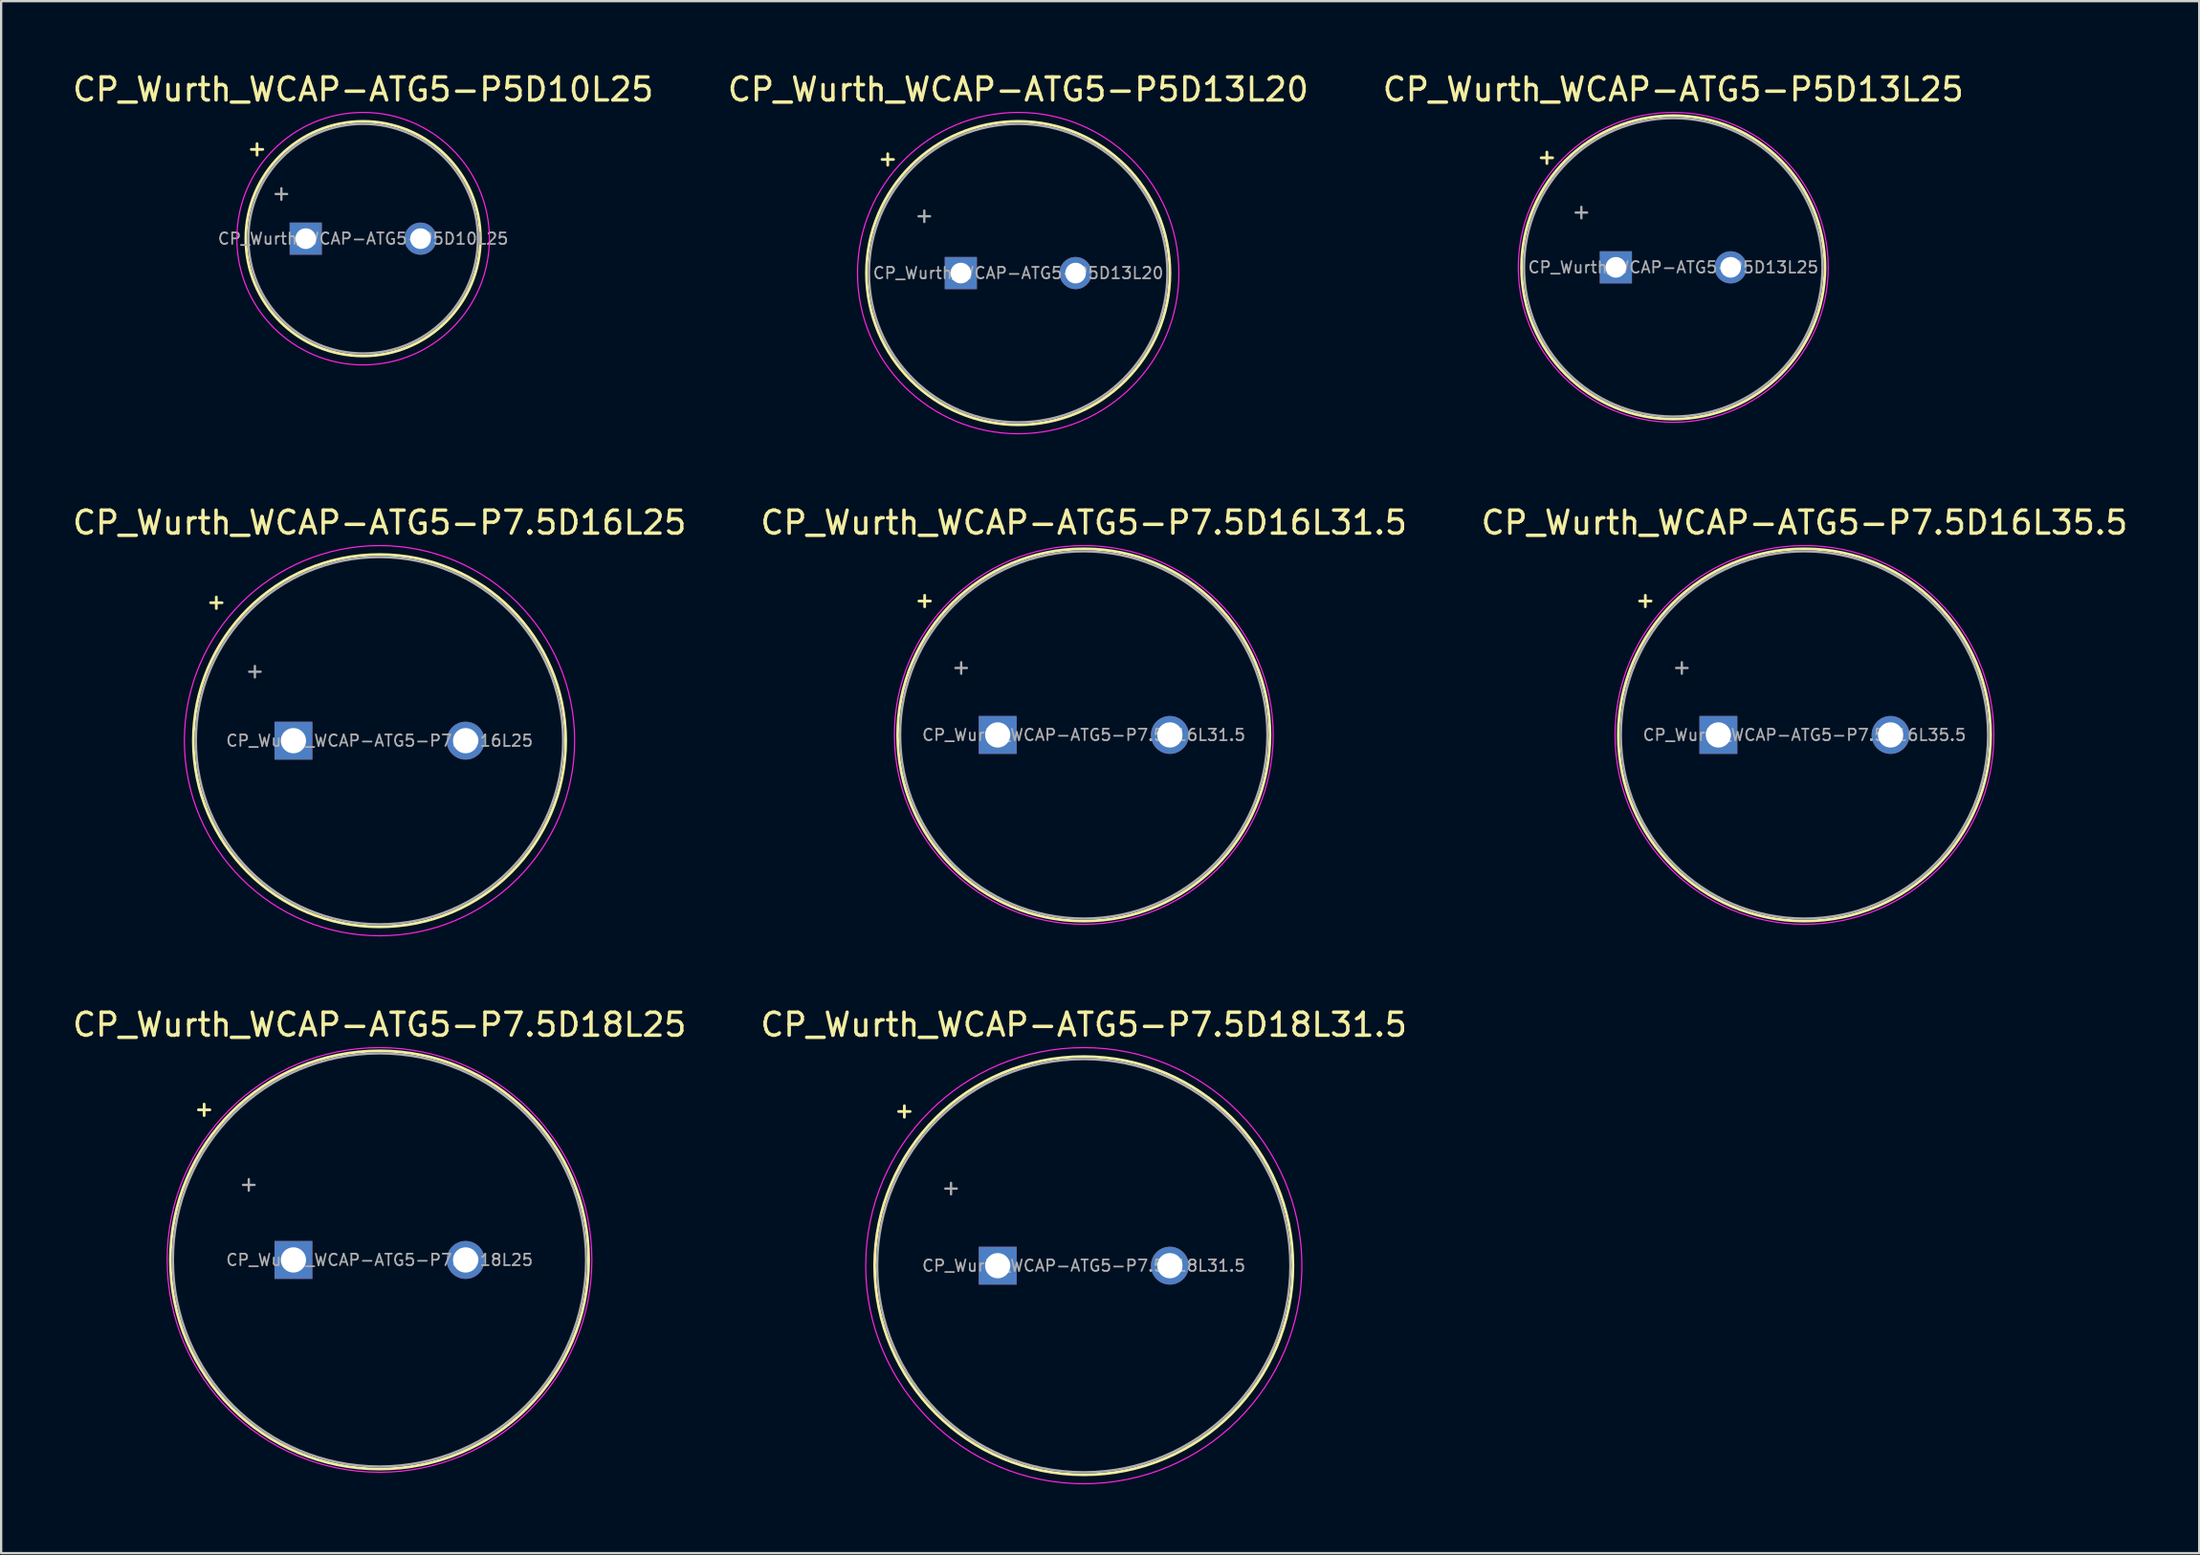
<source format=kicad_pcb>
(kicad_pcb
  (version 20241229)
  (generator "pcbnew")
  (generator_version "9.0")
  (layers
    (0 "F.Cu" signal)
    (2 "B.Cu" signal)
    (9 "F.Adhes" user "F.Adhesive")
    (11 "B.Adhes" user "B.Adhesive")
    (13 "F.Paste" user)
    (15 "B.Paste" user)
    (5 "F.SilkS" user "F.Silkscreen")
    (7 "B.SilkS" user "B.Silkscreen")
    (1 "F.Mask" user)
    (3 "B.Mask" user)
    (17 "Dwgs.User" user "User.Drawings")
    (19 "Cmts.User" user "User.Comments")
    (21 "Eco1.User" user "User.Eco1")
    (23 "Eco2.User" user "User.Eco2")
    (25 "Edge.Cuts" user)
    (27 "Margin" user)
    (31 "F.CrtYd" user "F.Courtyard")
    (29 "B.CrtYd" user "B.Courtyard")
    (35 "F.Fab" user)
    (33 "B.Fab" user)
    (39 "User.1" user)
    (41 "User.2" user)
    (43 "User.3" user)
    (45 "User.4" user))
  (footprint "CP_Wurth_WCAP-ATG5-P7.5D18L31.5"
    (layer "F.Cu")
    (at 40.411 52.095)
    (property "Reference" "CP_Wurth_WCAP-ATG5-P7.5D18L31.5" (at 3.75 -10.5 0) (unlocked yes) (layer "F.SilkS") (effects (font (size 1 1) (thickness 0.15))))
    (attr through_hole)
    (fp_line (start -4.316 -6.718) (end -3.816 -6.718) (stroke (width 0.12) (type solid)) (layer "F.SilkS"))
    (fp_line (start -4.066 -6.468) (end -4.066 -6.968) (stroke (width 0.12) (type solid)) (layer "F.SilkS"))
    (fp_circle (center 3.75 0) (end 12.86 0) (stroke (width 0.12) (type solid)) (fill no) (layer "F.SilkS"))
    (fp_circle (center 3.75 0) (end 13.25 0) (stroke (width 0.05) (type solid)) (fill no) (layer "F.CrtYd"))
    (fp_line (start -2.283 -3.359) (end -1.783 -3.359) (stroke (width 0.1) (type default)) (layer "F.Fab"))
    (fp_line (start -2.033 -3.109) (end -2.033 -3.609) (stroke (width 0.1) (type default)) (layer "F.Fab"))
    (fp_circle (center 3.75 0) (end 12.75 0) (stroke (width 0.1) (type solid)) (fill no) (layer "F.Fab"))
    (fp_text user "${REFERENCE}" (at 3.75 0 0) (unlocked yes) (layer "F.Fab") (effects (font (size 0.5 0.5) (thickness 0.075))))
    (pad "1" thru_hole rect (at 0 0) (size 1.65 1.65) (drill 1.1) (layers "*.Cu" "*.Mask"))
    (pad "2" thru_hole circle (at 7.5 0) (size 1.65 1.65) (drill 1.1) (layers "*.Cu" "*.Mask")))
  (footprint "CP_Wurth_WCAP-ATG5-P5D13L25"
    (layer "F.Cu")
    (at 67.339 8.598)
    (property "Reference" "CP_Wurth_WCAP-ATG5-P5D13L25" (at 2.5 -7.75 0) (unlocked yes) (layer "F.SilkS") (effects (font (size 1 1) (thickness 0.15))))
    (attr through_hole)
    (fp_line (start -3.255 -4.773) (end -2.755 -4.773) (stroke (width 0.12) (type solid)) (layer "F.SilkS"))
    (fp_line (start -3.005 -4.523) (end -3.005 -5.023) (stroke (width 0.12) (type solid)) (layer "F.SilkS"))
    (fp_circle (center 2.5 0) (end 9.11 0) (stroke (width 0.12) (type solid)) (fill no) (layer "F.SilkS"))
    (fp_circle (center 2.5 0) (end 9.25 0) (stroke (width 0.05) (type solid)) (fill no) (layer "F.CrtYd"))
    (fp_line (start -1.753 -2.386) (end -1.253 -2.386) (stroke (width 0.1) (type default)) (layer "F.Fab"))
    (fp_line (start -1.503 -2.136) (end -1.503 -2.636) (stroke (width 0.1) (type default)) (layer "F.Fab"))
    (fp_circle (center 2.5 0) (end 9 0) (stroke (width 0.1) (type solid)) (fill no) (layer "F.Fab"))
    (fp_text user "${REFERENCE}" (at 2.5 0 0) (unlocked yes) (layer "F.Fab") (effects (font (size 0.5 0.5) (thickness 0.075))))
    (pad "1" thru_hole rect (at 0 0) (size 1.4 1.4) (drill 0.9) (layers "*.Cu" "*.Mask"))
    (pad "2" thru_hole circle (at 5 0) (size 1.4 1.4) (drill 0.9) (layers "*.Cu" "*.Mask")))
  (footprint "CP_Wurth_WCAP-ATG5-P5D13L20"
    (layer "F.Cu")
    (at 38.804 8.848)
    (property "Reference" "CP_Wurth_WCAP-ATG5-P5D13L20" (at 2.5 -8 0) (unlocked yes) (layer "F.SilkS") (effects (font (size 1 1) (thickness 0.15))))
    (attr through_hole)
    (fp_line (start -3.432 -4.95) (end -2.932 -4.95) (stroke (width 0.12) (type solid)) (layer "F.SilkS"))
    (fp_line (start -3.182 -4.7) (end -3.182 -5.2) (stroke (width 0.12) (type solid)) (layer "F.SilkS"))
    (fp_circle (center 2.5 0) (end 9.11 0) (stroke (width 0.12) (type solid)) (fill no) (layer "F.SilkS"))
    (fp_circle (center 2.5 0) (end 9.5 0) (stroke (width 0.05) (type solid)) (fill no) (layer "F.CrtYd"))
    (fp_line (start -1.841 -2.475) (end -1.341 -2.475) (stroke (width 0.1) (type default)) (layer "F.Fab"))
    (fp_line (start -1.591 -2.225) (end -1.591 -2.725) (stroke (width 0.1) (type default)) (layer "F.Fab"))
    (fp_circle (center 2.5 0) (end 9 0) (stroke (width 0.1) (type solid)) (fill no) (layer "F.Fab"))
    (fp_text user "${REFERENCE}" (at 2.5 0 0) (unlocked yes) (layer "F.Fab") (effects (font (size 0.5 0.5) (thickness 0.075))))
    (pad "1" thru_hole rect (at 0 0) (size 1.4 1.4) (drill 0.9) (layers "*.Cu" "*.Mask"))
    (pad "2" thru_hole circle (at 5 0) (size 1.4 1.4) (drill 0.9) (layers "*.Cu" "*.Mask")))
  (footprint "CP_Wurth_WCAP-ATG5-P7.5D18L25"
    (layer "F.Cu")
    (at 9.732 51.845)
    (property "Reference" "CP_Wurth_WCAP-ATG5-P7.5D18L25" (at 3.75 -10.25 0) (unlocked yes) (layer "F.SilkS") (effects (font (size 1 1) (thickness 0.15))))
    (attr through_hole)
    (fp_line (start -4.139 -6.541) (end -3.639 -6.541) (stroke (width 0.12) (type solid)) (layer "F.SilkS"))
    (fp_line (start -3.889 -6.291) (end -3.889 -6.791) (stroke (width 0.12) (type solid)) (layer "F.SilkS"))
    (fp_circle (center 3.75 0) (end 12.86 0) (stroke (width 0.12) (type solid)) (fill no) (layer "F.SilkS"))
    (fp_circle (center 3.75 0) (end 13 0) (stroke (width 0.05) (type solid)) (fill no) (layer "F.CrtYd"))
    (fp_line (start -2.195 -3.27) (end -1.695 -3.27) (stroke (width 0.1) (type default)) (layer "F.Fab"))
    (fp_line (start -1.945 -3.02) (end -1.945 -3.52) (stroke (width 0.1) (type default)) (layer "F.Fab"))
    (fp_circle (center 3.75 0) (end 12.75 0) (stroke (width 0.1) (type solid)) (fill no) (layer "F.Fab"))
    (fp_text user "${REFERENCE}" (at 3.75 0 0) (unlocked yes) (layer "F.Fab") (effects (font (size 0.5 0.5) (thickness 0.075))))
    (pad "1" thru_hole rect (at 0 0) (size 1.65 1.65) (drill 1.1) (layers "*.Cu" "*.Mask"))
    (pad "2" thru_hole circle (at 7.5 0) (size 1.65 1.65) (drill 1.1) (layers "*.Cu" "*.Mask")))
  (footprint "CP_Wurth_WCAP-ATG5-P7.5D16L31.5"
    (layer "F.Cu")
    (at 40.411 28.971)
    (property "Reference" "CP_Wurth_WCAP-ATG5-P7.5D16L31.5" (at 3.75 -9.25 0) (unlocked yes) (layer "F.SilkS") (effects (font (size 1 1) (thickness 0.15))))
    (attr through_hole)
    (fp_line (start -3.432 -5.834) (end -2.932 -5.834) (stroke (width 0.12) (type solid)) (layer "F.SilkS"))
    (fp_line (start -3.182 -5.584) (end -3.182 -6.084) (stroke (width 0.12) (type solid)) (layer "F.SilkS"))
    (fp_circle (center 3.75 0) (end 11.86 0) (stroke (width 0.12) (type solid)) (fill no) (layer "F.SilkS"))
    (fp_circle (center 3.75 0) (end 12 0) (stroke (width 0.05) (type solid)) (fill no) (layer "F.CrtYd"))
    (fp_line (start -1.841 -2.917) (end -1.341 -2.917) (stroke (width 0.1) (type default)) (layer "F.Fab"))
    (fp_line (start -1.591 -2.667) (end -1.591 -3.167) (stroke (width 0.1) (type default)) (layer "F.Fab"))
    (fp_circle (center 3.75 0) (end 11.75 0) (stroke (width 0.1) (type solid)) (fill no) (layer "F.Fab"))
    (fp_text user "${REFERENCE}" (at 3.75 0 0) (unlocked yes) (layer "F.Fab") (effects (font (size 0.5 0.5) (thickness 0.075))))
    (pad "1" thru_hole rect (at 0 0) (size 1.65 1.65) (drill 1.1) (layers "*.Cu" "*.Mask"))
    (pad "2" thru_hole circle (at 7.5 0) (size 1.65 1.65) (drill 1.1) (layers "*.Cu" "*.Mask")))
  (footprint "CP_Wurth_WCAP-ATG5-P7.5D16L35.5"
    (layer "F.Cu")
    (at 71.804 28.971)
    (property "Reference" "CP_Wurth_WCAP-ATG5-P7.5D16L35.5" (at 3.75 -9.25 0) (unlocked yes) (layer "F.SilkS") (effects (font (size 1 1) (thickness 0.15))))
    (attr through_hole)
    (fp_line (start -3.432 -5.834) (end -2.932 -5.834) (stroke (width 0.12) (type solid)) (layer "F.SilkS"))
    (fp_line (start -3.182 -5.584) (end -3.182 -6.084) (stroke (width 0.12) (type solid)) (layer "F.SilkS"))
    (fp_circle (center 3.75 0) (end 11.86 0) (stroke (width 0.12) (type solid)) (fill no) (layer "F.SilkS"))
    (fp_circle (center 3.75 0) (end 12 0) (stroke (width 0.05) (type solid)) (fill no) (layer "F.CrtYd"))
    (fp_line (start -1.841 -2.917) (end -1.341 -2.917) (stroke (width 0.1) (type default)) (layer "F.Fab"))
    (fp_line (start -1.591 -2.667) (end -1.591 -3.167) (stroke (width 0.1) (type default)) (layer "F.Fab"))
    (fp_circle (center 3.75 0) (end 11.75 0) (stroke (width 0.1) (type solid)) (fill no) (layer "F.Fab"))
    (fp_text user "${REFERENCE}" (at 3.75 0 0) (unlocked yes) (layer "F.Fab") (effects (font (size 0.5 0.5) (thickness 0.075))))
    (pad "1" thru_hole rect (at 0 0) (size 1.65 1.65) (drill 1.1) (layers "*.Cu" "*.Mask"))
    (pad "2" thru_hole circle (at 7.5 0) (size 1.65 1.65) (drill 1.1) (layers "*.Cu" "*.Mask")))
  (footprint "CP_Wurth_WCAP-ATG5-P7.5D16L25"
    (layer "F.Cu")
    (at 9.732 29.221)
    (property "Reference" "CP_Wurth_WCAP-ATG5-P7.5D16L25" (at 3.75 -9.5 0) (unlocked yes) (layer "F.SilkS") (effects (font (size 1 1) (thickness 0.15))))
    (attr through_hole)
    (fp_line (start -3.609 -6.01) (end -3.109 -6.01) (stroke (width 0.12) (type solid)) (layer "F.SilkS"))
    (fp_line (start -3.359 -5.76) (end -3.359 -6.26) (stroke (width 0.12) (type solid)) (layer "F.SilkS"))
    (fp_circle (center 3.75 0) (end 11.86 0) (stroke (width 0.12) (type solid)) (fill no) (layer "F.SilkS"))
    (fp_circle (center 3.75 0) (end 12.25 0) (stroke (width 0.05) (type solid)) (fill no) (layer "F.CrtYd"))
    (fp_line (start -1.929 -3.005) (end -1.429 -3.005) (stroke (width 0.1) (type default)) (layer "F.Fab"))
    (fp_line (start -1.679 -2.755) (end -1.679 -3.255) (stroke (width 0.1) (type default)) (layer "F.Fab"))
    (fp_circle (center 3.75 0) (end 11.75 0) (stroke (width 0.1) (type solid)) (fill no) (layer "F.Fab"))
    (fp_text user "${REFERENCE}" (at 3.75 0 0) (unlocked yes) (layer "F.Fab") (effects (font (size 0.5 0.5) (thickness 0.075))))
    (pad "1" thru_hole rect (at 0 0) (size 1.65 1.65) (drill 1.1) (layers "*.Cu" "*.Mask"))
    (pad "2" thru_hole circle (at 7.5 0) (size 1.65 1.65) (drill 1.1) (layers "*.Cu" "*.Mask")))
  (footprint "CP_Wurth_WCAP-ATG5-P5D10L25"
    (layer "F.Cu")
    (at 10.268 7.348)
    (property "Reference" "CP_Wurth_WCAP-ATG5-P5D10L25" (at 2.5 -6.5 0) (unlocked yes) (layer "F.SilkS") (effects (font (size 1 1) (thickness 0.15))))
    (attr through_hole)
    (fp_line (start -2.371 -3.889) (end -1.871 -3.889) (stroke (width 0.12) (type solid)) (layer "F.SilkS"))
    (fp_line (start -2.121 -3.639) (end -2.121 -4.139) (stroke (width 0.12) (type solid)) (layer "F.SilkS"))
    (fp_circle (center 2.5 0) (end 7.61 0) (stroke (width 0.12) (type solid)) (fill no) (layer "F.SilkS"))
    (fp_circle (center 2.5 0) (end 8 0) (stroke (width 0.05) (type solid)) (fill no) (layer "F.CrtYd"))
    (fp_line (start -1.311 -1.945) (end -0.811 -1.945) (stroke (width 0.1) (type default)) (layer "F.Fab"))
    (fp_line (start -1.061 -1.695) (end -1.061 -2.195) (stroke (width 0.1) (type default)) (layer "F.Fab"))
    (fp_circle (center 2.5 0) (end 7.5 0) (stroke (width 0.1) (type solid)) (fill no) (layer "F.Fab"))
    (fp_text user "${REFERENCE}" (at 2.5 0 0) (unlocked yes) (layer "F.Fab") (effects (font (size 0.5 0.5) (thickness 0.075))))
    (pad "1" thru_hole rect (at 0 0) (size 1.4 1.4) (drill 0.9) (layers "*.Cu" "*.Mask"))
    (pad "2" thru_hole circle (at 5 0) (size 1.4 1.4) (drill 0.9) (layers "*.Cu" "*.Mask")))
  (gr_rect
    (start -3 -3)
    (end 92.75 64.62)
    (stroke (width 0.1) (type default))
    (fill no)
    (layer "Edge.Cuts")))
</source>
